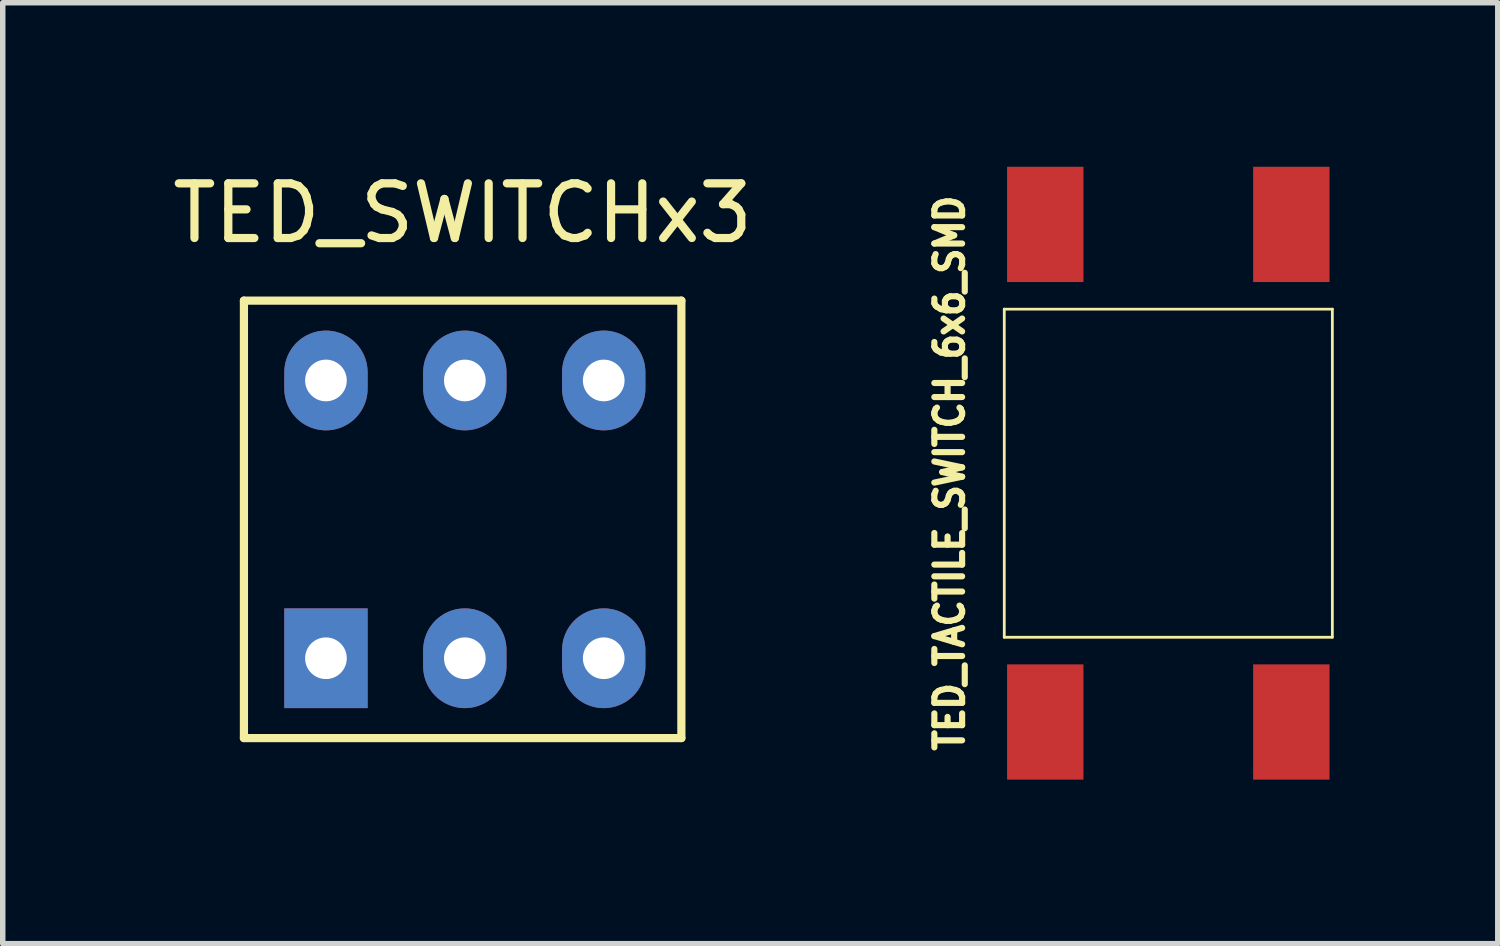
<source format=kicad_pcb>
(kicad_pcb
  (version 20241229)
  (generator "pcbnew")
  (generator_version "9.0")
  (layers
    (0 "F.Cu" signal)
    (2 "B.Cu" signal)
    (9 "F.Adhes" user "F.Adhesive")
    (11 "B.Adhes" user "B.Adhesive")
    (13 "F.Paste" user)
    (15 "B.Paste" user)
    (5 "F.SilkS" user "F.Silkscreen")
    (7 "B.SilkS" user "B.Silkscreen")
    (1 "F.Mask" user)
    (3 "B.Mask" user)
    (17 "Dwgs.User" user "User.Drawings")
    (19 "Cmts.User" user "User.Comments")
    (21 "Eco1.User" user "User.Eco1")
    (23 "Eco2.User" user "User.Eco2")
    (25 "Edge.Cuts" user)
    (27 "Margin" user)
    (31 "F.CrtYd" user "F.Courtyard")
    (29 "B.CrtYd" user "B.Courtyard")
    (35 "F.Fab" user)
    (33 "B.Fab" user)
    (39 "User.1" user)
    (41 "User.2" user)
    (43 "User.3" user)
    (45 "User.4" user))
  (footprint "TED_SWITCHx3"
    (layer "F.Cu")
    (at 5.411 6.448)
    (property "Reference" "TED_SWITCHx3" (at 0 -5.6 0) (layer "F.SilkS") (effects (font (size 1 1) (thickness 0.15))))
    (attr through_hole)
    (fp_line (start -4 -4) (end 4 -4) (stroke (width 0.15) (type solid)) (layer "F.SilkS"))
    (fp_line (start -4 4) (end -4 -4) (stroke (width 0.15) (type solid)) (layer "F.SilkS"))
    (fp_line (start 4 -4) (end 4 4) (stroke (width 0.15) (type solid)) (layer "F.SilkS"))
    (fp_line (start 4 4) (end -4 4) (stroke (width 0.15) (type solid)) (layer "F.SilkS"))
    (pad "1" thru_hole rect (at -2.5 2.54) (size 1.524 1.824) (drill 0.762) (layers "*.Cu" "*.Mask"))
    (pad "2" thru_hole oval (at -2.5 -2.54) (size 1.524 1.824) (drill 0.762) (layers "*.Cu" "*.Mask"))
    (pad "3" thru_hole oval (at 0.04 2.54) (size 1.524 1.824) (drill 0.762) (layers "*.Cu" "*.Mask"))
    (pad "4" thru_hole oval (at 0.04 -2.54) (size 1.524 1.824) (drill 0.762) (layers "*.Cu" "*.Mask"))
    (pad "5" thru_hole oval (at 2.58 2.54) (size 1.524 1.824) (drill 0.762) (layers "*.Cu" "*.Mask"))
    (pad "6" thru_hole oval (at 2.58 -2.54) (size 1.524 1.824) (drill 0.762) (layers "*.Cu" "*.Mask")))
  (footprint "TED_TACTILE_SWITCH_6x6_SMD"
    (layer "F.Cu")
    (at 18.316 5.604)
    (property "Reference" "TED_TACTILE_SWITCH_6x6_SMD" (at -4 0 90) (layer "F.SilkS") (effects (font (size 0.508 0.45) (thickness 0.113))))
    (attr through_hole)
    (fp_line (start -3 -3) (end -3 3) (stroke (width 0.051) (type solid)) (layer "F.SilkS"))
    (fp_line (start -3 -3) (end 3 -3) (stroke (width 0.051) (type solid)) (layer "F.SilkS"))
    (fp_line (start 3 -3) (end 3 3) (stroke (width 0.051) (type solid)) (layer "F.SilkS"))
    (fp_line (start 3 3) (end -3 3) (stroke (width 0.051) (type solid)) (layer "F.SilkS"))
    (pad "1" smd rect (at 2.25 -4.55) (size 1.397 2.108) (layers "F.Cu" "F.Mask" "F.Paste"))
    (pad "2" smd rect (at 2.25 4.55) (size 1.397 2.108) (layers "F.Cu" "F.Mask" "F.Paste"))
    (pad "3" smd rect (at -2.25 -4.55) (size 1.397 2.108) (layers "F.Cu" "F.Mask" "F.Paste"))
    (pad "4" smd rect (at -2.25 4.55) (size 1.397 2.108) (layers "F.Cu" "F.Mask" "F.Paste")))
  (gr_rect
    (start -3 -3)
    (end 24.341 14.208)
    (stroke (width 0.1) (type default))
    (fill no)
    (layer "Edge.Cuts")))
</source>
